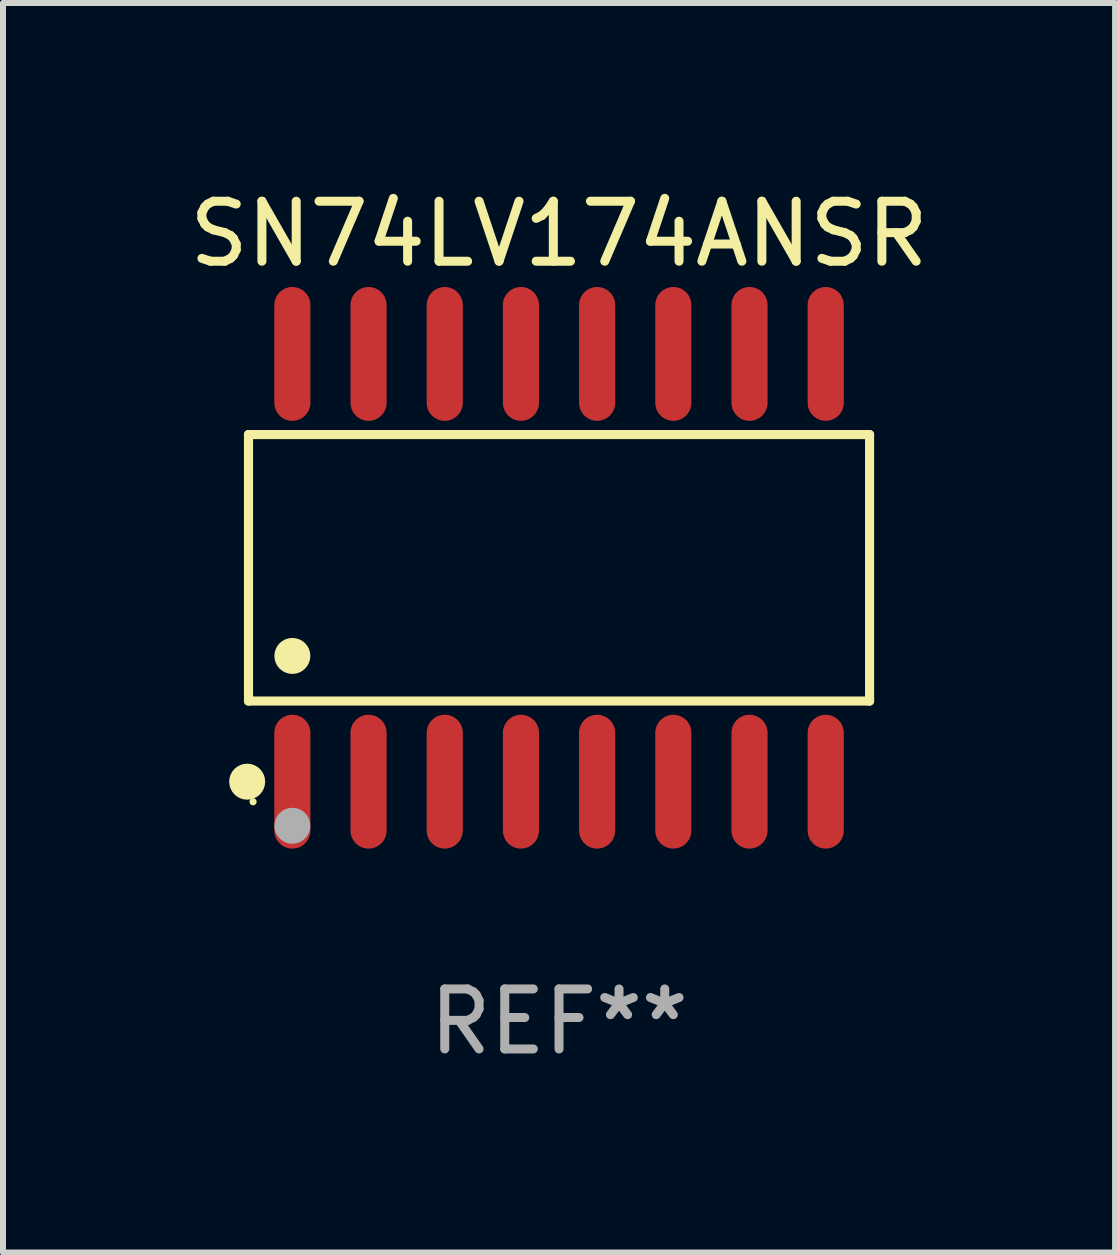
<source format=kicad_pcb>
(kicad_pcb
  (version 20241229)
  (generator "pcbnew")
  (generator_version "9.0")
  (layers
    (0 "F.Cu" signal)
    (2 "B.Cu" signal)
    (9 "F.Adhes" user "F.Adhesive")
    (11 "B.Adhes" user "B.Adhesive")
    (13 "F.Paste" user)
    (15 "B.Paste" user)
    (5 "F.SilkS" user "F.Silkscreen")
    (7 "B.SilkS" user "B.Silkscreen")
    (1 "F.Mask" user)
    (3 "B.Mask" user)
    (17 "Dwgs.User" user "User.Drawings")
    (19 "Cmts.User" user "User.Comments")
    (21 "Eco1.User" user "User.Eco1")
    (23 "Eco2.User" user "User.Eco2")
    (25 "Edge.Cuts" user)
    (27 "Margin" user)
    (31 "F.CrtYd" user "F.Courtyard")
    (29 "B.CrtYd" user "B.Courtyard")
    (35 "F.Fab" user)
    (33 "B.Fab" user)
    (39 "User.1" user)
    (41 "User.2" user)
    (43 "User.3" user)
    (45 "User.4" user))
  (footprint "SN74LV174ANSR"
    (layer "F.Cu")
    (at 6.268 6.414)
    (property "Reference" "SN74LV174ANSR" (at 0 -5.565 0) (layer "F.SilkS") (effects (font (size 1 1) (thickness 0.15))))
    (attr through_hole)
    (fp_line (start -5.176 -2.221) (end 5.176 -2.221) (stroke (width 0.152) (type solid)) (layer "F.SilkS"))
    (fp_line (start -5.176 2.221) (end -5.176 -2.221) (stroke (width 0.152) (type solid)) (layer "F.SilkS"))
    (fp_line (start 5.176 -2.221) (end 5.176 2.221) (stroke (width 0.152) (type solid)) (layer "F.SilkS"))
    (fp_line (start 5.176 2.221) (end -5.176 2.221) (stroke (width 0.152) (type solid)) (layer "F.SilkS"))
    (fp_circle (center -5.198 3.565) (end -5.048 3.565) (stroke (width 0.3) (type solid)) (fill no) (layer "F.SilkS"))
    (fp_circle (center -5.1 3.9) (end -5.07 3.9) (stroke (width 0.06) (type solid)) (fill no) (layer "F.SilkS"))
    (fp_circle (center -4.445 1.469) (end -4.295 1.469) (stroke (width 0.3) (type solid)) (fill no) (layer "F.SilkS"))
    (fp_circle (center -4.445 4.3) (end -4.295 4.3) (stroke (width 0.3) (type solid)) (fill no) (layer "F.Fab"))
    (fp_text user "REF**" (at 0 7.565 0) (layer "F.Fab") (effects (font (size 1 1) (thickness 0.15))))
    (pad "1" smd oval (at -4.445 3.565) (size 0.602 2.231) (layers "F.Cu" "F.Mask" "F.Paste"))
    (pad "2" smd oval (at -3.175 3.565) (size 0.602 2.231) (layers "F.Cu" "F.Mask" "F.Paste"))
    (pad "3" smd oval (at -1.905 3.565) (size 0.602 2.231) (layers "F.Cu" "F.Mask" "F.Paste"))
    (pad "4" smd oval (at -0.635 3.565) (size 0.602 2.231) (layers "F.Cu" "F.Mask" "F.Paste"))
    (pad "5" smd oval (at 0.635 3.565) (size 0.602 2.231) (layers "F.Cu" "F.Mask" "F.Paste"))
    (pad "6" smd oval (at 1.905 3.565) (size 0.602 2.231) (layers "F.Cu" "F.Mask" "F.Paste"))
    (pad "7" smd oval (at 3.175 3.565) (size 0.602 2.231) (layers "F.Cu" "F.Mask" "F.Paste"))
    (pad "8" smd oval (at 4.445 3.565) (size 0.602 2.231) (layers "F.Cu" "F.Mask" "F.Paste"))
    (pad "9" smd oval (at 4.445 -3.565) (size 0.602 2.231) (layers "F.Cu" "F.Mask" "F.Paste"))
    (pad "10" smd oval (at 3.175 -3.565) (size 0.602 2.231) (layers "F.Cu" "F.Mask" "F.Paste"))
    (pad "11" smd oval (at 1.905 -3.565) (size 0.602 2.231) (layers "F.Cu" "F.Mask" "F.Paste"))
    (pad "12" smd oval (at 0.635 -3.565) (size 0.602 2.231) (layers "F.Cu" "F.Mask" "F.Paste"))
    (pad "13" smd oval (at -0.635 -3.565) (size 0.602 2.231) (layers "F.Cu" "F.Mask" "F.Paste"))
    (pad "14" smd oval (at -1.905 -3.565) (size 0.602 2.231) (layers "F.Cu" "F.Mask" "F.Paste"))
    (pad "15" smd oval (at -3.175 -3.565) (size 0.602 2.231) (layers "F.Cu" "F.Mask" "F.Paste"))
    (pad "16" smd oval (at -4.445 -3.565) (size 0.602 2.231) (layers "F.Cu" "F.Mask" "F.Paste")))
  (gr_rect
    (start -3 -3)
    (end 15.536 17.827)
    (stroke (width 0.1) (type default))
    (fill no)
    (layer "Edge.Cuts")))
</source>
